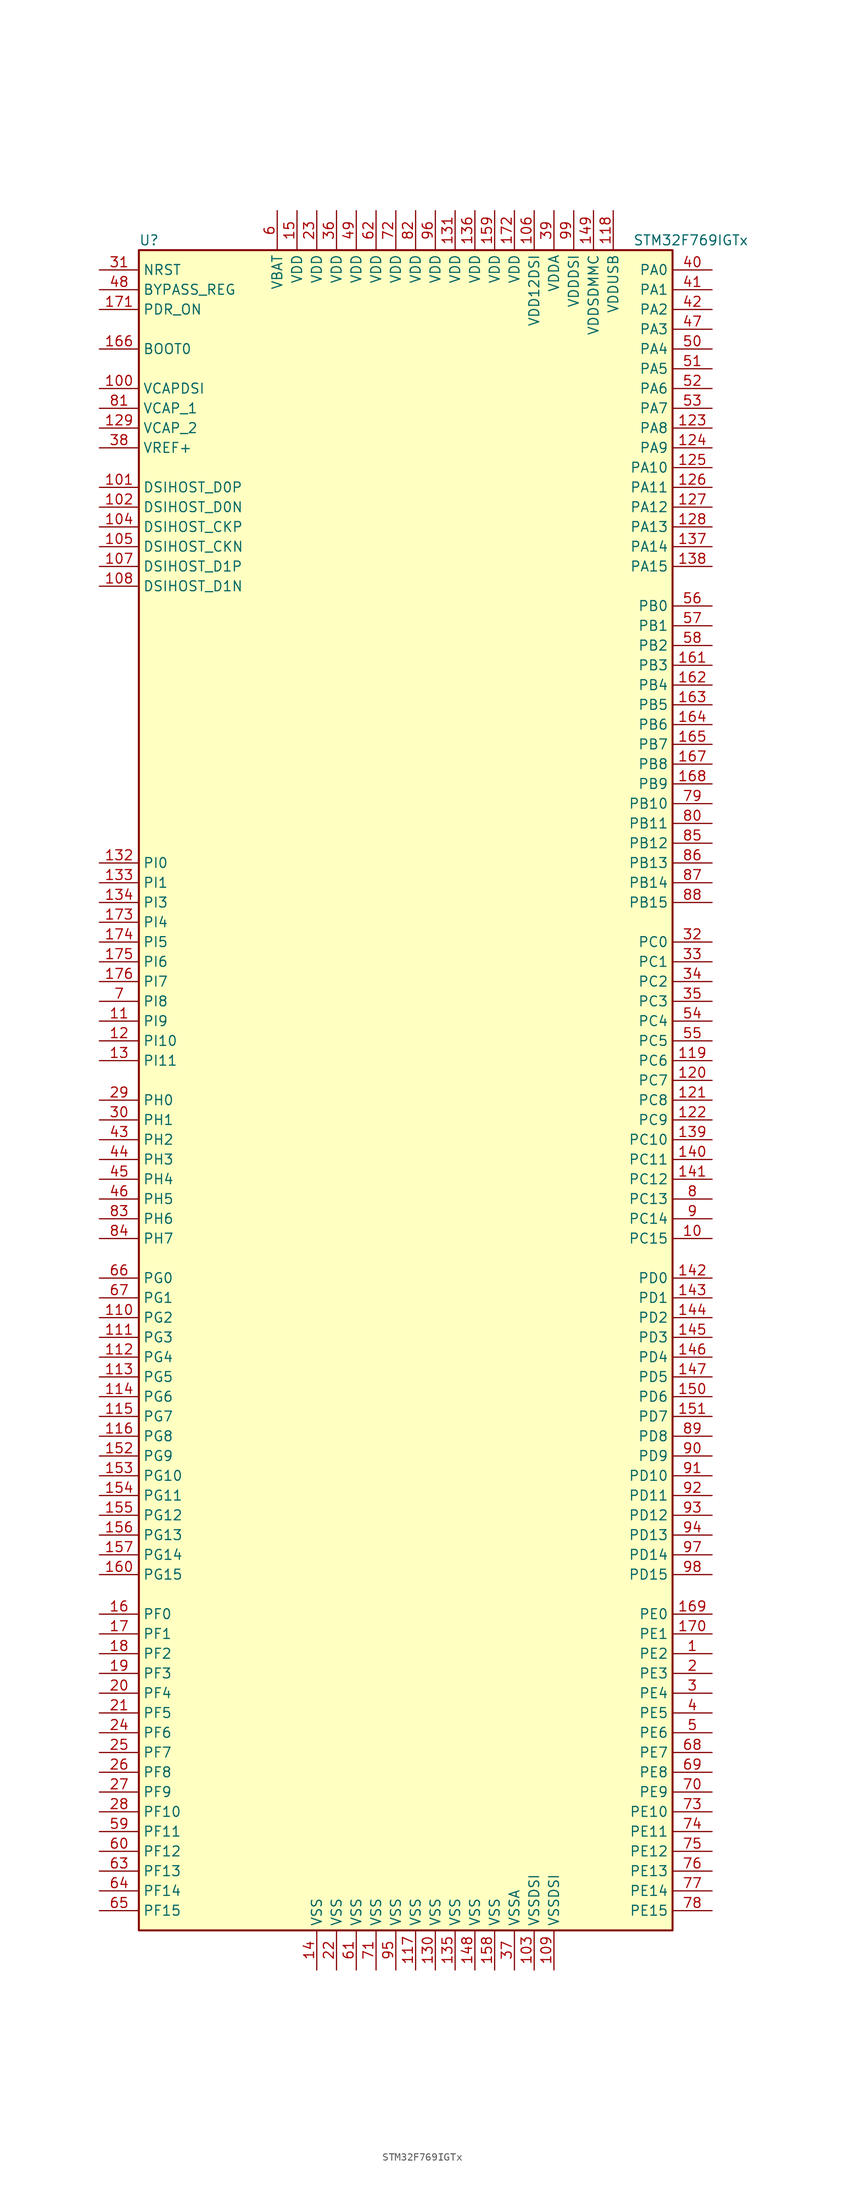
<source format=kicad_sym>
(kicad_symbol_lib
  (version 20201005)
  (generator kicad_symbol_editor)
  (symbol "MCU_ST_STM32F7:STM32F769IGTx"
    (property "Reference" "U"
      (at -35.56 107.95 0)
      (effects (font (size 1.27 1.27)) (justify left)))
    (property "Value" "STM32F769IGTx"
      (at 27.94 107.95 0)
      (effects (font (size 1.27 1.27)) (justify left)))
    (symbol "STM32F769IGTx_0_1"
      (rectangle (start -35.56 -109.22) (end 33.02 106.68) (stroke (width 0.254)) (fill (type background))))
    (symbol "STM32F769IGTx_1_1"
      (pin input line (at -40.64 93.98 0) (length 5.08) (name "BOOT0" (effects (font (size 1.27 1.27)))) (number "166" (effects (font (size 1.27 1.27)))))
      (pin input line (at -40.64 101.6 0) (length 5.08) (name "BYPASS_REG" (effects (font (size 1.27 1.27)))) (number "48" (effects (font (size 1.27 1.27)))))
      (pin bidirectional line (at -40.64 68.58 0) (length 5.08) (name "DSIHOST_CKN" (effects (font (size 1.27 1.27)))) (number "105" (effects (font (size 1.27 1.27)))))
      (pin bidirectional line (at -40.64 71.12 0) (length 5.08) (name "DSIHOST_CKP" (effects (font (size 1.27 1.27)))) (number "104" (effects (font (size 1.27 1.27)))))
      (pin bidirectional line (at -40.64 73.66 0) (length 5.08) (name "DSIHOST_D0N" (effects (font (size 1.27 1.27)))) (number "102" (effects (font (size 1.27 1.27)))))
      (pin bidirectional line (at -40.64 76.2 0) (length 5.08) (name "DSIHOST_D0P" (effects (font (size 1.27 1.27)))) (number "101" (effects (font (size 1.27 1.27)))))
      (pin bidirectional line (at -40.64 63.5 0) (length 5.08) (name "DSIHOST_D1N" (effects (font (size 1.27 1.27)))) (number "108" (effects (font (size 1.27 1.27)))))
      (pin bidirectional line (at -40.64 66.04 0) (length 5.08) (name "DSIHOST_D1P" (effects (font (size 1.27 1.27)))) (number "107" (effects (font (size 1.27 1.27)))))
      (pin input line (at -40.64 104.14 0) (length 5.08) (name "NRST" (effects (font (size 1.27 1.27)))) (number "31" (effects (font (size 1.27 1.27)))))
      (pin bidirectional line (at 38.1 104.14 180) (length 5.08) (name "PA0" (effects (font (size 1.27 1.27)))) (number "40" (effects (font (size 1.27 1.27)))))
      (pin bidirectional line (at 38.1 101.6 180) (length 5.08) (name "PA1" (effects (font (size 1.27 1.27)))) (number "41" (effects (font (size 1.27 1.27)))))
      (pin bidirectional line (at 38.1 78.74 180) (length 5.08) (name "PA10" (effects (font (size 1.27 1.27)))) (number "125" (effects (font (size 1.27 1.27)))))
      (pin bidirectional line (at 38.1 76.2 180) (length 5.08) (name "PA11" (effects (font (size 1.27 1.27)))) (number "126" (effects (font (size 1.27 1.27)))))
      (pin bidirectional line (at 38.1 73.66 180) (length 5.08) (name "PA12" (effects (font (size 1.27 1.27)))) (number "127" (effects (font (size 1.27 1.27)))))
      (pin bidirectional line (at 38.1 71.12 180) (length 5.08) (name "PA13" (effects (font (size 1.27 1.27)))) (number "128" (effects (font (size 1.27 1.27)))))
      (pin bidirectional line (at 38.1 68.58 180) (length 5.08) (name "PA14" (effects (font (size 1.27 1.27)))) (number "137" (effects (font (size 1.27 1.27)))))
      (pin bidirectional line (at 38.1 66.04 180) (length 5.08) (name "PA15" (effects (font (size 1.27 1.27)))) (number "138" (effects (font (size 1.27 1.27)))))
      (pin bidirectional line (at 38.1 99.06 180) (length 5.08) (name "PA2" (effects (font (size 1.27 1.27)))) (number "42" (effects (font (size 1.27 1.27)))))
      (pin bidirectional line (at 38.1 96.52 180) (length 5.08) (name "PA3" (effects (font (size 1.27 1.27)))) (number "47" (effects (font (size 1.27 1.27)))))
      (pin bidirectional line (at 38.1 93.98 180) (length 5.08) (name "PA4" (effects (font (size 1.27 1.27)))) (number "50" (effects (font (size 1.27 1.27)))))
      (pin bidirectional line (at 38.1 91.44 180) (length 5.08) (name "PA5" (effects (font (size 1.27 1.27)))) (number "51" (effects (font (size 1.27 1.27)))))
      (pin bidirectional line (at 38.1 88.9 180) (length 5.08) (name "PA6" (effects (font (size 1.27 1.27)))) (number "52" (effects (font (size 1.27 1.27)))))
      (pin bidirectional line (at 38.1 86.36 180) (length 5.08) (name "PA7" (effects (font (size 1.27 1.27)))) (number "53" (effects (font (size 1.27 1.27)))))
      (pin bidirectional line (at 38.1 83.82 180) (length 5.08) (name "PA8" (effects (font (size 1.27 1.27)))) (number "123" (effects (font (size 1.27 1.27)))))
      (pin bidirectional line (at 38.1 81.28 180) (length 5.08) (name "PA9" (effects (font (size 1.27 1.27)))) (number "124" (effects (font (size 1.27 1.27)))))
      (pin bidirectional line (at 38.1 60.96 180) (length 5.08) (name "PB0" (effects (font (size 1.27 1.27)))) (number "56" (effects (font (size 1.27 1.27)))))
      (pin bidirectional line (at 38.1 58.42 180) (length 5.08) (name "PB1" (effects (font (size 1.27 1.27)))) (number "57" (effects (font (size 1.27 1.27)))))
      (pin bidirectional line (at 38.1 35.56 180) (length 5.08) (name "PB10" (effects (font (size 1.27 1.27)))) (number "79" (effects (font (size 1.27 1.27)))))
      (pin bidirectional line (at 38.1 33.02 180) (length 5.08) (name "PB11" (effects (font (size 1.27 1.27)))) (number "80" (effects (font (size 1.27 1.27)))))
      (pin bidirectional line (at 38.1 30.48 180) (length 5.08) (name "PB12" (effects (font (size 1.27 1.27)))) (number "85" (effects (font (size 1.27 1.27)))))
      (pin bidirectional line (at 38.1 27.94 180) (length 5.08) (name "PB13" (effects (font (size 1.27 1.27)))) (number "86" (effects (font (size 1.27 1.27)))))
      (pin bidirectional line (at 38.1 25.4 180) (length 5.08) (name "PB14" (effects (font (size 1.27 1.27)))) (number "87" (effects (font (size 1.27 1.27)))))
      (pin bidirectional line (at 38.1 22.86 180) (length 5.08) (name "PB15" (effects (font (size 1.27 1.27)))) (number "88" (effects (font (size 1.27 1.27)))))
      (pin bidirectional line (at 38.1 55.88 180) (length 5.08) (name "PB2" (effects (font (size 1.27 1.27)))) (number "58" (effects (font (size 1.27 1.27)))))
      (pin bidirectional line (at 38.1 53.34 180) (length 5.08) (name "PB3" (effects (font (size 1.27 1.27)))) (number "161" (effects (font (size 1.27 1.27)))))
      (pin bidirectional line (at 38.1 50.8 180) (length 5.08) (name "PB4" (effects (font (size 1.27 1.27)))) (number "162" (effects (font (size 1.27 1.27)))))
      (pin bidirectional line (at 38.1 48.26 180) (length 5.08) (name "PB5" (effects (font (size 1.27 1.27)))) (number "163" (effects (font (size 1.27 1.27)))))
      (pin bidirectional line (at 38.1 45.72 180) (length 5.08) (name "PB6" (effects (font (size 1.27 1.27)))) (number "164" (effects (font (size 1.27 1.27)))))
      (pin bidirectional line (at 38.1 43.18 180) (length 5.08) (name "PB7" (effects (font (size 1.27 1.27)))) (number "165" (effects (font (size 1.27 1.27)))))
      (pin bidirectional line (at 38.1 40.64 180) (length 5.08) (name "PB8" (effects (font (size 1.27 1.27)))) (number "167" (effects (font (size 1.27 1.27)))))
      (pin bidirectional line (at 38.1 38.1 180) (length 5.08) (name "PB9" (effects (font (size 1.27 1.27)))) (number "168" (effects (font (size 1.27 1.27)))))
      (pin bidirectional line (at 38.1 17.78 180) (length 5.08) (name "PC0" (effects (font (size 1.27 1.27)))) (number "32" (effects (font (size 1.27 1.27)))))
      (pin bidirectional line (at 38.1 15.24 180) (length 5.08) (name "PC1" (effects (font (size 1.27 1.27)))) (number "33" (effects (font (size 1.27 1.27)))))
      (pin bidirectional line (at 38.1 -7.62 180) (length 5.08) (name "PC10" (effects (font (size 1.27 1.27)))) (number "139" (effects (font (size 1.27 1.27)))))
      (pin bidirectional line (at 38.1 -10.16 180) (length 5.08) (name "PC11" (effects (font (size 1.27 1.27)))) (number "140" (effects (font (size 1.27 1.27)))))
      (pin bidirectional line (at 38.1 -12.7 180) (length 5.08) (name "PC12" (effects (font (size 1.27 1.27)))) (number "141" (effects (font (size 1.27 1.27)))))
      (pin bidirectional line (at 38.1 -15.24 180) (length 5.08) (name "PC13" (effects (font (size 1.27 1.27)))) (number "8" (effects (font (size 1.27 1.27)))))
      (pin bidirectional line (at 38.1 -17.78 180) (length 5.08) (name "PC14" (effects (font (size 1.27 1.27)))) (number "9" (effects (font (size 1.27 1.27)))))
      (pin bidirectional line (at 38.1 -20.32 180) (length 5.08) (name "PC15" (effects (font (size 1.27 1.27)))) (number "10" (effects (font (size 1.27 1.27)))))
      (pin bidirectional line (at 38.1 12.7 180) (length 5.08) (name "PC2" (effects (font (size 1.27 1.27)))) (number "34" (effects (font (size 1.27 1.27)))))
      (pin bidirectional line (at 38.1 10.16 180) (length 5.08) (name "PC3" (effects (font (size 1.27 1.27)))) (number "35" (effects (font (size 1.27 1.27)))))
      (pin bidirectional line (at 38.1 7.62 180) (length 5.08) (name "PC4" (effects (font (size 1.27 1.27)))) (number "54" (effects (font (size 1.27 1.27)))))
      (pin bidirectional line (at 38.1 5.08 180) (length 5.08) (name "PC5" (effects (font (size 1.27 1.27)))) (number "55" (effects (font (size 1.27 1.27)))))
      (pin bidirectional line (at 38.1 2.54 180) (length 5.08) (name "PC6" (effects (font (size 1.27 1.27)))) (number "119" (effects (font (size 1.27 1.27)))))
      (pin bidirectional line (at 38.1 0 180) (length 5.08) (name "PC7" (effects (font (size 1.27 1.27)))) (number "120" (effects (font (size 1.27 1.27)))))
      (pin bidirectional line (at 38.1 -2.54 180) (length 5.08) (name "PC8" (effects (font (size 1.27 1.27)))) (number "121" (effects (font (size 1.27 1.27)))))
      (pin bidirectional line (at 38.1 -5.08 180) (length 5.08) (name "PC9" (effects (font (size 1.27 1.27)))) (number "122" (effects (font (size 1.27 1.27)))))
      (pin bidirectional line (at 38.1 -25.4 180) (length 5.08) (name "PD0" (effects (font (size 1.27 1.27)))) (number "142" (effects (font (size 1.27 1.27)))))
      (pin bidirectional line (at 38.1 -27.94 180) (length 5.08) (name "PD1" (effects (font (size 1.27 1.27)))) (number "143" (effects (font (size 1.27 1.27)))))
      (pin bidirectional line (at 38.1 -50.8 180) (length 5.08) (name "PD10" (effects (font (size 1.27 1.27)))) (number "91" (effects (font (size 1.27 1.27)))))
      (pin bidirectional line (at 38.1 -53.34 180) (length 5.08) (name "PD11" (effects (font (size 1.27 1.27)))) (number "92" (effects (font (size 1.27 1.27)))))
      (pin bidirectional line (at 38.1 -55.88 180) (length 5.08) (name "PD12" (effects (font (size 1.27 1.27)))) (number "93" (effects (font (size 1.27 1.27)))))
      (pin bidirectional line (at 38.1 -58.42 180) (length 5.08) (name "PD13" (effects (font (size 1.27 1.27)))) (number "94" (effects (font (size 1.27 1.27)))))
      (pin bidirectional line (at 38.1 -60.96 180) (length 5.08) (name "PD14" (effects (font (size 1.27 1.27)))) (number "97" (effects (font (size 1.27 1.27)))))
      (pin bidirectional line (at 38.1 -63.5 180) (length 5.08) (name "PD15" (effects (font (size 1.27 1.27)))) (number "98" (effects (font (size 1.27 1.27)))))
      (pin bidirectional line (at 38.1 -30.48 180) (length 5.08) (name "PD2" (effects (font (size 1.27 1.27)))) (number "144" (effects (font (size 1.27 1.27)))))
      (pin bidirectional line (at 38.1 -33.02 180) (length 5.08) (name "PD3" (effects (font (size 1.27 1.27)))) (number "145" (effects (font (size 1.27 1.27)))))
      (pin bidirectional line (at 38.1 -35.56 180) (length 5.08) (name "PD4" (effects (font (size 1.27 1.27)))) (number "146" (effects (font (size 1.27 1.27)))))
      (pin bidirectional line (at 38.1 -38.1 180) (length 5.08) (name "PD5" (effects (font (size 1.27 1.27)))) (number "147" (effects (font (size 1.27 1.27)))))
      (pin bidirectional line (at 38.1 -40.64 180) (length 5.08) (name "PD6" (effects (font (size 1.27 1.27)))) (number "150" (effects (font (size 1.27 1.27)))))
      (pin bidirectional line (at 38.1 -43.18 180) (length 5.08) (name "PD7" (effects (font (size 1.27 1.27)))) (number "151" (effects (font (size 1.27 1.27)))))
      (pin bidirectional line (at 38.1 -45.72 180) (length 5.08) (name "PD8" (effects (font (size 1.27 1.27)))) (number "89" (effects (font (size 1.27 1.27)))))
      (pin bidirectional line (at 38.1 -48.26 180) (length 5.08) (name "PD9" (effects (font (size 1.27 1.27)))) (number "90" (effects (font (size 1.27 1.27)))))
      (pin input line (at -40.64 99.06 0) (length 5.08) (name "PDR_ON" (effects (font (size 1.27 1.27)))) (number "171" (effects (font (size 1.27 1.27)))))
      (pin bidirectional line (at 38.1 -68.58 180) (length 5.08) (name "PE0" (effects (font (size 1.27 1.27)))) (number "169" (effects (font (size 1.27 1.27)))))
      (pin bidirectional line (at 38.1 -71.12 180) (length 5.08) (name "PE1" (effects (font (size 1.27 1.27)))) (number "170" (effects (font (size 1.27 1.27)))))
      (pin bidirectional line (at 38.1 -93.98 180) (length 5.08) (name "PE10" (effects (font (size 1.27 1.27)))) (number "73" (effects (font (size 1.27 1.27)))))
      (pin bidirectional line (at 38.1 -96.52 180) (length 5.08) (name "PE11" (effects (font (size 1.27 1.27)))) (number "74" (effects (font (size 1.27 1.27)))))
      (pin bidirectional line (at 38.1 -99.06 180) (length 5.08) (name "PE12" (effects (font (size 1.27 1.27)))) (number "75" (effects (font (size 1.27 1.27)))))
      (pin bidirectional line (at 38.1 -101.6 180) (length 5.08) (name "PE13" (effects (font (size 1.27 1.27)))) (number "76" (effects (font (size 1.27 1.27)))))
      (pin bidirectional line (at 38.1 -104.14 180) (length 5.08) (name "PE14" (effects (font (size 1.27 1.27)))) (number "77" (effects (font (size 1.27 1.27)))))
      (pin bidirectional line (at 38.1 -106.68 180) (length 5.08) (name "PE15" (effects (font (size 1.27 1.27)))) (number "78" (effects (font (size 1.27 1.27)))))
      (pin bidirectional line (at 38.1 -73.66 180) (length 5.08) (name "PE2" (effects (font (size 1.27 1.27)))) (number "1" (effects (font (size 1.27 1.27)))))
      (pin bidirectional line (at 38.1 -76.2 180) (length 5.08) (name "PE3" (effects (font (size 1.27 1.27)))) (number "2" (effects (font (size 1.27 1.27)))))
      (pin bidirectional line (at 38.1 -78.74 180) (length 5.08) (name "PE4" (effects (font (size 1.27 1.27)))) (number "3" (effects (font (size 1.27 1.27)))))
      (pin bidirectional line (at 38.1 -81.28 180) (length 5.08) (name "PE5" (effects (font (size 1.27 1.27)))) (number "4" (effects (font (size 1.27 1.27)))))
      (pin bidirectional line (at 38.1 -83.82 180) (length 5.08) (name "PE6" (effects (font (size 1.27 1.27)))) (number "5" (effects (font (size 1.27 1.27)))))
      (pin bidirectional line (at 38.1 -86.36 180) (length 5.08) (name "PE7" (effects (font (size 1.27 1.27)))) (number "68" (effects (font (size 1.27 1.27)))))
      (pin bidirectional line (at 38.1 -88.9 180) (length 5.08) (name "PE8" (effects (font (size 1.27 1.27)))) (number "69" (effects (font (size 1.27 1.27)))))
      (pin bidirectional line (at 38.1 -91.44 180) (length 5.08) (name "PE9" (effects (font (size 1.27 1.27)))) (number "70" (effects (font (size 1.27 1.27)))))
      (pin bidirectional line (at -40.64 -68.58 0) (length 5.08) (name "PF0" (effects (font (size 1.27 1.27)))) (number "16" (effects (font (size 1.27 1.27)))))
      (pin bidirectional line (at -40.64 -71.12 0) (length 5.08) (name "PF1" (effects (font (size 1.27 1.27)))) (number "17" (effects (font (size 1.27 1.27)))))
      (pin bidirectional line (at -40.64 -93.98 0) (length 5.08) (name "PF10" (effects (font (size 1.27 1.27)))) (number "28" (effects (font (size 1.27 1.27)))))
      (pin bidirectional line (at -40.64 -96.52 0) (length 5.08) (name "PF11" (effects (font (size 1.27 1.27)))) (number "59" (effects (font (size 1.27 1.27)))))
      (pin bidirectional line (at -40.64 -99.06 0) (length 5.08) (name "PF12" (effects (font (size 1.27 1.27)))) (number "60" (effects (font (size 1.27 1.27)))))
      (pin bidirectional line (at -40.64 -101.6 0) (length 5.08) (name "PF13" (effects (font (size 1.27 1.27)))) (number "63" (effects (font (size 1.27 1.27)))))
      (pin bidirectional line (at -40.64 -104.14 0) (length 5.08) (name "PF14" (effects (font (size 1.27 1.27)))) (number "64" (effects (font (size 1.27 1.27)))))
      (pin bidirectional line (at -40.64 -106.68 0) (length 5.08) (name "PF15" (effects (font (size 1.27 1.27)))) (number "65" (effects (font (size 1.27 1.27)))))
      (pin bidirectional line (at -40.64 -73.66 0) (length 5.08) (name "PF2" (effects (font (size 1.27 1.27)))) (number "18" (effects (font (size 1.27 1.27)))))
      (pin bidirectional line (at -40.64 -76.2 0) (length 5.08) (name "PF3" (effects (font (size 1.27 1.27)))) (number "19" (effects (font (size 1.27 1.27)))))
      (pin bidirectional line (at -40.64 -78.74 0) (length 5.08) (name "PF4" (effects (font (size 1.27 1.27)))) (number "20" (effects (font (size 1.27 1.27)))))
      (pin bidirectional line (at -40.64 -81.28 0) (length 5.08) (name "PF5" (effects (font (size 1.27 1.27)))) (number "21" (effects (font (size 1.27 1.27)))))
      (pin bidirectional line (at -40.64 -83.82 0) (length 5.08) (name "PF6" (effects (font (size 1.27 1.27)))) (number "24" (effects (font (size 1.27 1.27)))))
      (pin bidirectional line (at -40.64 -86.36 0) (length 5.08) (name "PF7" (effects (font (size 1.27 1.27)))) (number "25" (effects (font (size 1.27 1.27)))))
      (pin bidirectional line (at -40.64 -88.9 0) (length 5.08) (name "PF8" (effects (font (size 1.27 1.27)))) (number "26" (effects (font (size 1.27 1.27)))))
      (pin bidirectional line (at -40.64 -91.44 0) (length 5.08) (name "PF9" (effects (font (size 1.27 1.27)))) (number "27" (effects (font (size 1.27 1.27)))))
      (pin bidirectional line (at -40.64 -25.4 0) (length 5.08) (name "PG0" (effects (font (size 1.27 1.27)))) (number "66" (effects (font (size 1.27 1.27)))))
      (pin bidirectional line (at -40.64 -27.94 0) (length 5.08) (name "PG1" (effects (font (size 1.27 1.27)))) (number "67" (effects (font (size 1.27 1.27)))))
      (pin bidirectional line (at -40.64 -50.8 0) (length 5.08) (name "PG10" (effects (font (size 1.27 1.27)))) (number "153" (effects (font (size 1.27 1.27)))))
      (pin bidirectional line (at -40.64 -53.34 0) (length 5.08) (name "PG11" (effects (font (size 1.27 1.27)))) (number "154" (effects (font (size 1.27 1.27)))))
      (pin bidirectional line (at -40.64 -55.88 0) (length 5.08) (name "PG12" (effects (font (size 1.27 1.27)))) (number "155" (effects (font (size 1.27 1.27)))))
      (pin bidirectional line (at -40.64 -58.42 0) (length 5.08) (name "PG13" (effects (font (size 1.27 1.27)))) (number "156" (effects (font (size 1.27 1.27)))))
      (pin bidirectional line (at -40.64 -60.96 0) (length 5.08) (name "PG14" (effects (font (size 1.27 1.27)))) (number "157" (effects (font (size 1.27 1.27)))))
      (pin bidirectional line (at -40.64 -63.5 0) (length 5.08) (name "PG15" (effects (font (size 1.27 1.27)))) (number "160" (effects (font (size 1.27 1.27)))))
      (pin bidirectional line (at -40.64 -30.48 0) (length 5.08) (name "PG2" (effects (font (size 1.27 1.27)))) (number "110" (effects (font (size 1.27 1.27)))))
      (pin bidirectional line (at -40.64 -33.02 0) (length 5.08) (name "PG3" (effects (font (size 1.27 1.27)))) (number "111" (effects (font (size 1.27 1.27)))))
      (pin bidirectional line (at -40.64 -35.56 0) (length 5.08) (name "PG4" (effects (font (size 1.27 1.27)))) (number "112" (effects (font (size 1.27 1.27)))))
      (pin bidirectional line (at -40.64 -38.1 0) (length 5.08) (name "PG5" (effects (font (size 1.27 1.27)))) (number "113" (effects (font (size 1.27 1.27)))))
      (pin bidirectional line (at -40.64 -40.64 0) (length 5.08) (name "PG6" (effects (font (size 1.27 1.27)))) (number "114" (effects (font (size 1.27 1.27)))))
      (pin bidirectional line (at -40.64 -43.18 0) (length 5.08) (name "PG7" (effects (font (size 1.27 1.27)))) (number "115" (effects (font (size 1.27 1.27)))))
      (pin bidirectional line (at -40.64 -45.72 0) (length 5.08) (name "PG8" (effects (font (size 1.27 1.27)))) (number "116" (effects (font (size 1.27 1.27)))))
      (pin bidirectional line (at -40.64 -48.26 0) (length 5.08) (name "PG9" (effects (font (size 1.27 1.27)))) (number "152" (effects (font (size 1.27 1.27)))))
      (pin input line (at -40.64 -2.54 0) (length 5.08) (name "PH0" (effects (font (size 1.27 1.27)))) (number "29" (effects (font (size 1.27 1.27)))))
      (pin input line (at -40.64 -5.08 0) (length 5.08) (name "PH1" (effects (font (size 1.27 1.27)))) (number "30" (effects (font (size 1.27 1.27)))))
      (pin bidirectional line (at -40.64 -7.62 0) (length 5.08) (name "PH2" (effects (font (size 1.27 1.27)))) (number "43" (effects (font (size 1.27 1.27)))))
      (pin bidirectional line (at -40.64 -10.16 0) (length 5.08) (name "PH3" (effects (font (size 1.27 1.27)))) (number "44" (effects (font (size 1.27 1.27)))))
      (pin bidirectional line (at -40.64 -12.7 0) (length 5.08) (name "PH4" (effects (font (size 1.27 1.27)))) (number "45" (effects (font (size 1.27 1.27)))))
      (pin bidirectional line (at -40.64 -15.24 0) (length 5.08) (name "PH5" (effects (font (size 1.27 1.27)))) (number "46" (effects (font (size 1.27 1.27)))))
      (pin bidirectional line (at -40.64 -17.78 0) (length 5.08) (name "PH6" (effects (font (size 1.27 1.27)))) (number "83" (effects (font (size 1.27 1.27)))))
      (pin bidirectional line (at -40.64 -20.32 0) (length 5.08) (name "PH7" (effects (font (size 1.27 1.27)))) (number "84" (effects (font (size 1.27 1.27)))))
      (pin bidirectional line (at -40.64 27.94 0) (length 5.08) (name "PI0" (effects (font (size 1.27 1.27)))) (number "132" (effects (font (size 1.27 1.27)))))
      (pin bidirectional line (at -40.64 25.4 0) (length 5.08) (name "PI1" (effects (font (size 1.27 1.27)))) (number "133" (effects (font (size 1.27 1.27)))))
      (pin bidirectional line (at -40.64 5.08 0) (length 5.08) (name "PI10" (effects (font (size 1.27 1.27)))) (number "12" (effects (font (size 1.27 1.27)))))
      (pin bidirectional line (at -40.64 2.54 0) (length 5.08) (name "PI11" (effects (font (size 1.27 1.27)))) (number "13" (effects (font (size 1.27 1.27)))))
      (pin bidirectional line (at -40.64 22.86 0) (length 5.08) (name "PI3" (effects (font (size 1.27 1.27)))) (number "134" (effects (font (size 1.27 1.27)))))
      (pin bidirectional line (at -40.64 20.32 0) (length 5.08) (name "PI4" (effects (font (size 1.27 1.27)))) (number "173" (effects (font (size 1.27 1.27)))))
      (pin bidirectional line (at -40.64 17.78 0) (length 5.08) (name "PI5" (effects (font (size 1.27 1.27)))) (number "174" (effects (font (size 1.27 1.27)))))
      (pin bidirectional line (at -40.64 15.24 0) (length 5.08) (name "PI6" (effects (font (size 1.27 1.27)))) (number "175" (effects (font (size 1.27 1.27)))))
      (pin bidirectional line (at -40.64 12.7 0) (length 5.08) (name "PI7" (effects (font (size 1.27 1.27)))) (number "176" (effects (font (size 1.27 1.27)))))
      (pin bidirectional line (at -40.64 10.16 0) (length 5.08) (name "PI8" (effects (font (size 1.27 1.27)))) (number "7" (effects (font (size 1.27 1.27)))))
      (pin bidirectional line (at -40.64 7.62 0) (length 5.08) (name "PI9" (effects (font (size 1.27 1.27)))) (number "11" (effects (font (size 1.27 1.27)))))
      (pin power_in line (at -17.78 111.76 270) (length 5.08) (name "VBAT" (effects (font (size 1.27 1.27)))) (number "6" (effects (font (size 1.27 1.27)))))
      (pin power_in line (at -40.64 88.9 0) (length 5.08) (name "VCAPDSI" (effects (font (size 1.27 1.27)))) (number "100" (effects (font (size 1.27 1.27)))))
      (pin power_in line (at -40.64 86.36 0) (length 5.08) (name "VCAP_1" (effects (font (size 1.27 1.27)))) (number "81" (effects (font (size 1.27 1.27)))))
      (pin power_in line (at -40.64 83.82 0) (length 5.08) (name "VCAP_2" (effects (font (size 1.27 1.27)))) (number "129" (effects (font (size 1.27 1.27)))))
      (pin power_in line (at 5.08 111.76 270) (length 5.08) (name "VDD" (effects (font (size 1.27 1.27)))) (number "131" (effects (font (size 1.27 1.27)))))
      (pin power_in line (at 7.62 111.76 270) (length 5.08) (name "VDD" (effects (font (size 1.27 1.27)))) (number "136" (effects (font (size 1.27 1.27)))))
      (pin power_in line (at -15.24 111.76 270) (length 5.08) (name "VDD" (effects (font (size 1.27 1.27)))) (number "15" (effects (font (size 1.27 1.27)))))
      (pin power_in line (at 10.16 111.76 270) (length 5.08) (name "VDD" (effects (font (size 1.27 1.27)))) (number "159" (effects (font (size 1.27 1.27)))))
      (pin power_in line (at 12.7 111.76 270) (length 5.08) (name "VDD" (effects (font (size 1.27 1.27)))) (number "172" (effects (font (size 1.27 1.27)))))
      (pin power_in line (at -12.7 111.76 270) (length 5.08) (name "VDD" (effects (font (size 1.27 1.27)))) (number "23" (effects (font (size 1.27 1.27)))))
      (pin power_in line (at -10.16 111.76 270) (length 5.08) (name "VDD" (effects (font (size 1.27 1.27)))) (number "36" (effects (font (size 1.27 1.27)))))
      (pin power_in line (at -7.62 111.76 270) (length 5.08) (name "VDD" (effects (font (size 1.27 1.27)))) (number "49" (effects (font (size 1.27 1.27)))))
      (pin power_in line (at -5.08 111.76 270) (length 5.08) (name "VDD" (effects (font (size 1.27 1.27)))) (number "62" (effects (font (size 1.27 1.27)))))
      (pin power_in line (at -2.54 111.76 270) (length 5.08) (name "VDD" (effects (font (size 1.27 1.27)))) (number "72" (effects (font (size 1.27 1.27)))))
      (pin power_in line (at 0 111.76 270) (length 5.08) (name "VDD" (effects (font (size 1.27 1.27)))) (number "82" (effects (font (size 1.27 1.27)))))
      (pin power_in line (at 2.54 111.76 270) (length 5.08) (name "VDD" (effects (font (size 1.27 1.27)))) (number "96" (effects (font (size 1.27 1.27)))))
      (pin power_in line (at 15.24 111.76 270) (length 5.08) (name "VDD12DSI" (effects (font (size 1.27 1.27)))) (number "106" (effects (font (size 1.27 1.27)))))
      (pin power_in line (at 17.78 111.76 270) (length 5.08) (name "VDDA" (effects (font (size 1.27 1.27)))) (number "39" (effects (font (size 1.27 1.27)))))
      (pin power_in line (at 20.32 111.76 270) (length 5.08) (name "VDDDSI" (effects (font (size 1.27 1.27)))) (number "99" (effects (font (size 1.27 1.27)))))
      (pin power_in line (at 22.86 111.76 270) (length 5.08) (name "VDDSDMMC" (effects (font (size 1.27 1.27)))) (number "149" (effects (font (size 1.27 1.27)))))
      (pin power_in line (at 25.4 111.76 270) (length 5.08) (name "VDDUSB" (effects (font (size 1.27 1.27)))) (number "118" (effects (font (size 1.27 1.27)))))
      (pin power_in line (at -40.64 81.28 0) (length 5.08) (name "VREF+" (effects (font (size 1.27 1.27)))) (number "38" (effects (font (size 1.27 1.27)))))
      (pin power_in line (at 0 -114.3 90) (length 5.08) (name "VSS" (effects (font (size 1.27 1.27)))) (number "117" (effects (font (size 1.27 1.27)))))
      (pin power_in line (at 2.54 -114.3 90) (length 5.08) (name "VSS" (effects (font (size 1.27 1.27)))) (number "130" (effects (font (size 1.27 1.27)))))
      (pin power_in line (at 5.08 -114.3 90) (length 5.08) (name "VSS" (effects (font (size 1.27 1.27)))) (number "135" (effects (font (size 1.27 1.27)))))
      (pin power_in line (at -12.7 -114.3 90) (length 5.08) (name "VSS" (effects (font (size 1.27 1.27)))) (number "14" (effects (font (size 1.27 1.27)))))
      (pin power_in line (at 7.62 -114.3 90) (length 5.08) (name "VSS" (effects (font (size 1.27 1.27)))) (number "148" (effects (font (size 1.27 1.27)))))
      (pin power_in line (at 10.16 -114.3 90) (length 5.08) (name "VSS" (effects (font (size 1.27 1.27)))) (number "158" (effects (font (size 1.27 1.27)))))
      (pin power_in line (at -10.16 -114.3 90) (length 5.08) (name "VSS" (effects (font (size 1.27 1.27)))) (number "22" (effects (font (size 1.27 1.27)))))
      (pin power_in line (at -7.62 -114.3 90) (length 5.08) (name "VSS" (effects (font (size 1.27 1.27)))) (number "61" (effects (font (size 1.27 1.27)))))
      (pin power_in line (at -5.08 -114.3 90) (length 5.08) (name "VSS" (effects (font (size 1.27 1.27)))) (number "71" (effects (font (size 1.27 1.27)))))
      (pin power_in line (at -2.54 -114.3 90) (length 5.08) (name "VSS" (effects (font (size 1.27 1.27)))) (number "95" (effects (font (size 1.27 1.27)))))
      (pin power_in line (at 12.7 -114.3 90) (length 5.08) (name "VSSA" (effects (font (size 1.27 1.27)))) (number "37" (effects (font (size 1.27 1.27)))))
      (pin power_in line (at 15.24 -114.3 90) (length 5.08) (name "VSSDSI" (effects (font (size 1.27 1.27)))) (number "103" (effects (font (size 1.27 1.27)))))
      (pin power_in line (at 17.78 -114.3 90) (length 5.08) (name "VSSDSI" (effects (font (size 1.27 1.27)))) (number "109" (effects (font (size 1.27 1.27))))))))
</source>
